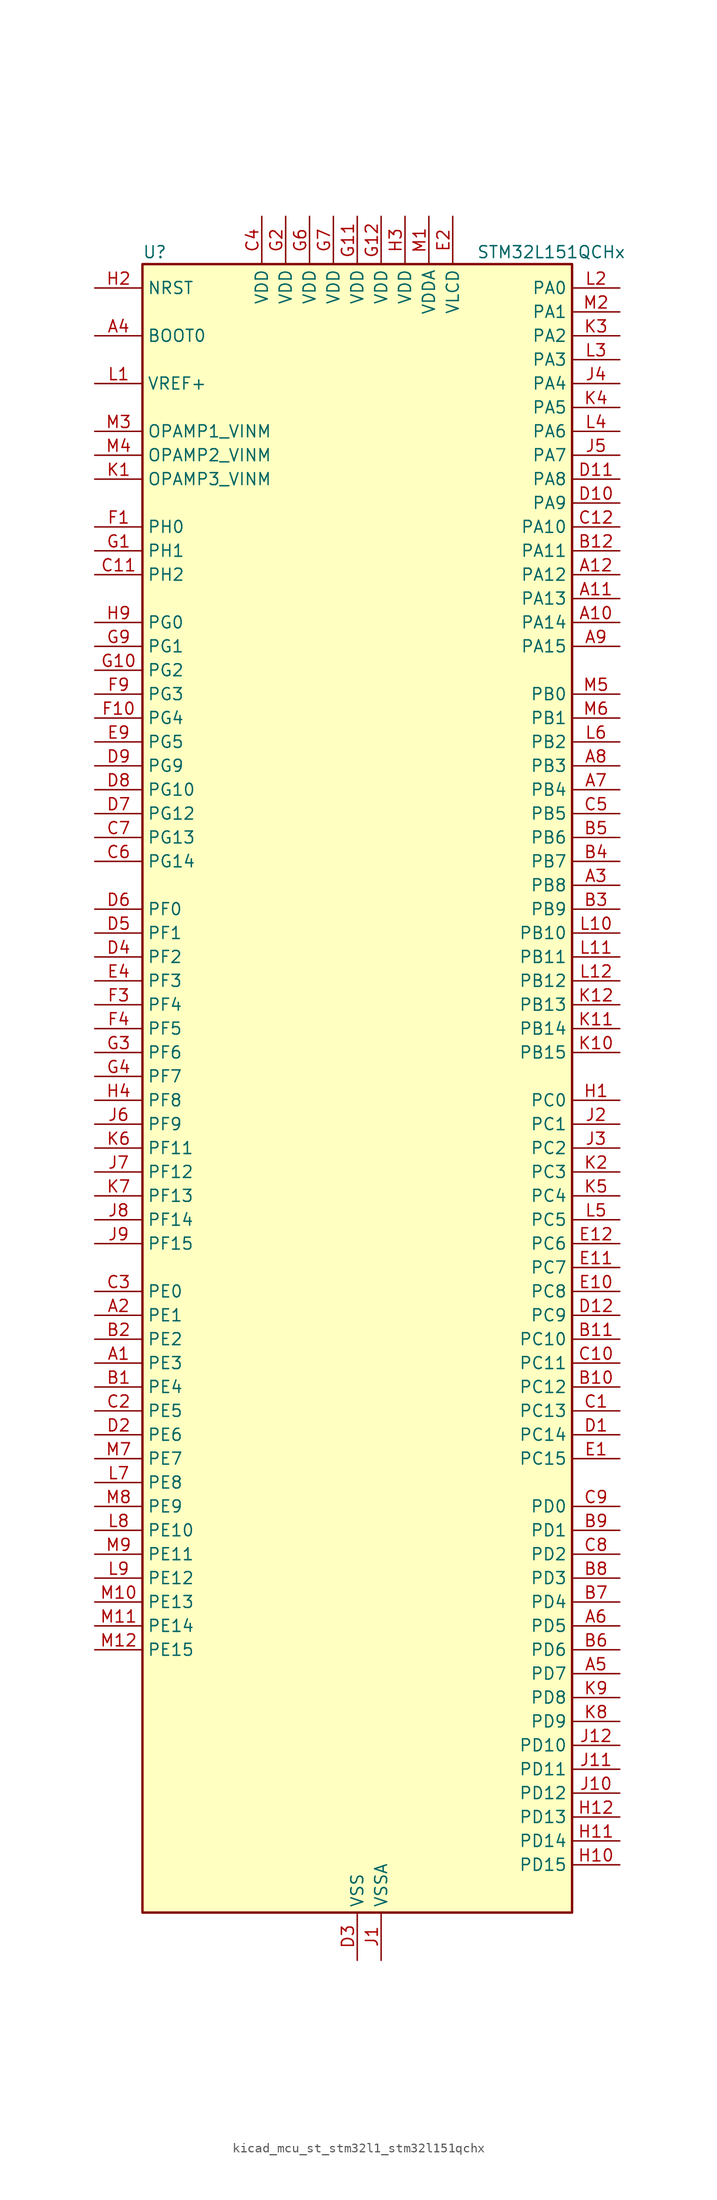
<source format=kicad_sym>
(kicad_symbol_lib
  (version 20220914)
  (generator kicad_symbol_editor)
  (symbol "kicad_mcu_st_stm32l1_stm32l151qchx"
    (property "Reference" "U"
      (at -22.86 90.17 0)
      (effects (font (size 1.27 1.27)) (justify left)))
    (property "Value" "STM32L151QCHx"
      (at 12.7 90.17 0)
      (effects (font (size 1.27 1.27)) (justify left)))
    (property "ki_locked" ""
      (at 0 0 0)
      (effects (font (size 1.27 1.27))))
    (symbol "kicad_mcu_st_stm32l1_stm32l151qchx_0_1"
      (rectangle (start -22.86 -86.36) (end 22.86 88.9) (stroke (width 0.254) (type default)) (fill (type background))))
    (symbol "kicad_mcu_st_stm32l1_stm32l151qchx_1_1"
      (pin bidirectional line (at -27.94 -27.94 0) (length 5.08) (name "PE3" (effects (font (size 1.27 1.27)))) (number "A1" (effects (font (size 1.27 1.27)))) (alternate "SYS_TRACED0" bidirectional line) (alternate "TIM3_CH1" bidirectional line) (alternate "TIMX_IC4" bidirectional line))
      (pin bidirectional line (at 27.94 50.8 180) (length 5.08) (name "PA14" (effects (font (size 1.27 1.27)))) (number "A10" (effects (font (size 1.27 1.27)))) (alternate "SYS_JTCK-SWCLK" bidirectional line) (alternate "TIMX_IC3" bidirectional line) (alternate "TS_G5_IO2" bidirectional line))
      (pin bidirectional line (at 27.94 53.34 180) (length 5.08) (name "PA13" (effects (font (size 1.27 1.27)))) (number "A11" (effects (font (size 1.27 1.27)))) (alternate "SYS_JTMS-SWDIO" bidirectional line) (alternate "TIMX_IC2" bidirectional line) (alternate "TS_G5_IO1" bidirectional line))
      (pin bidirectional line (at 27.94 55.88 180) (length 5.08) (name "PA12" (effects (font (size 1.27 1.27)))) (number "A12" (effects (font (size 1.27 1.27)))) (alternate "SPI1_MOSI" bidirectional line) (alternate "TIMX_IC1" bidirectional line) (alternate "USART1_RTS" bidirectional line) (alternate "USB_DP" bidirectional line))
      (pin bidirectional line (at -27.94 -22.86 0) (length 5.08) (name "PE1" (effects (font (size 1.27 1.27)))) (number "A2" (effects (font (size 1.27 1.27)))) (alternate "TIM11_CH1" bidirectional line) (alternate "TIMX_IC2" bidirectional line))
      (pin bidirectional line (at 27.94 22.86 180) (length 5.08) (name "PB8" (effects (font (size 1.27 1.27)))) (number "A3" (effects (font (size 1.27 1.27)))) (alternate "I2C1_SCL" bidirectional line) (alternate "TIM10_CH1" bidirectional line) (alternate "TIM4_CH3" bidirectional line))
      (pin input line (at -27.94 81.28 0) (length 5.08) (name "BOOT0" (effects (font (size 1.27 1.27)))) (number "A4" (effects (font (size 1.27 1.27)))))
      (pin bidirectional line (at 27.94 -60.96 180) (length 5.08) (name "PD7" (effects (font (size 1.27 1.27)))) (number "A5" (effects (font (size 1.27 1.27)))) (alternate "TIM9_CH2" bidirectional line) (alternate "TIMX_IC4" bidirectional line) (alternate "USART2_CK" bidirectional line))
      (pin bidirectional line (at 27.94 -55.88 180) (length 5.08) (name "PD5" (effects (font (size 1.27 1.27)))) (number "A6" (effects (font (size 1.27 1.27)))) (alternate "TIMX_IC2" bidirectional line) (alternate "USART2_TX" bidirectional line))
      (pin bidirectional line (at 27.94 33.02 180) (length 5.08) (name "PB4" (effects (font (size 1.27 1.27)))) (number "A7" (effects (font (size 1.27 1.27)))) (alternate "COMP2_INP" bidirectional line) (alternate "SPI1_MISO" bidirectional line) (alternate "SPI3_MISO" bidirectional line) (alternate "SYS_JTRST" bidirectional line) (alternate "TIM3_CH1" bidirectional line) (alternate "TS_G6_IO1" bidirectional line))
      (pin bidirectional line (at 27.94 35.56 180) (length 5.08) (name "PB3" (effects (font (size 1.27 1.27)))) (number "A8" (effects (font (size 1.27 1.27)))) (alternate "COMP2_INM" bidirectional line) (alternate "I2S3_CK" bidirectional line) (alternate "SPI1_SCK" bidirectional line) (alternate "SPI3_SCK" bidirectional line) (alternate "SYS_JTDO-TRACESWO" bidirectional line) (alternate "TIM2_CH2" bidirectional line))
      (pin bidirectional line (at 27.94 48.26 180) (length 5.08) (name "PA15" (effects (font (size 1.27 1.27)))) (number "A9" (effects (font (size 1.27 1.27)))) (alternate "ADC_EXTI15" bidirectional line) (alternate "I2S3_WS" bidirectional line) (alternate "SPI1_NSS" bidirectional line) (alternate "SPI3_NSS" bidirectional line) (alternate "SYS_JTDI" bidirectional line) (alternate "TIM2_CH1" bidirectional line) (alternate "TIM2_ETR" bidirectional line) (alternate "TIMX_IC4" bidirectional line) (alternate "TS_G5_IO3" bidirectional line))
      (pin bidirectional line (at -27.94 -30.48 0) (length 5.08) (name "PE4" (effects (font (size 1.27 1.27)))) (number "B1" (effects (font (size 1.27 1.27)))) (alternate "SYS_TRACED1" bidirectional line) (alternate "TIM3_CH2" bidirectional line) (alternate "TIMX_IC1" bidirectional line))
      (pin bidirectional line (at 27.94 -30.48 180) (length 5.08) (name "PC12" (effects (font (size 1.27 1.27)))) (number "B10" (effects (font (size 1.27 1.27)))) (alternate "I2S3_SD" bidirectional line) (alternate "SPI3_MOSI" bidirectional line) (alternate "TIMX_IC1" bidirectional line) (alternate "USART3_CK" bidirectional line))
      (pin bidirectional line (at 27.94 -25.4 180) (length 5.08) (name "PC10" (effects (font (size 1.27 1.27)))) (number "B11" (effects (font (size 1.27 1.27)))) (alternate "I2S3_CK" bidirectional line) (alternate "SPI3_SCK" bidirectional line) (alternate "TIMX_IC3" bidirectional line) (alternate "USART3_TX" bidirectional line))
      (pin bidirectional line (at 27.94 58.42 180) (length 5.08) (name "PA11" (effects (font (size 1.27 1.27)))) (number "B12" (effects (font (size 1.27 1.27)))) (alternate "ADC_EXTI11" bidirectional line) (alternate "SPI1_MISO" bidirectional line) (alternate "TIMX_IC4" bidirectional line) (alternate "USART1_CTS" bidirectional line) (alternate "USB_DM" bidirectional line))
      (pin bidirectional line (at -27.94 -25.4 0) (length 5.08) (name "PE2" (effects (font (size 1.27 1.27)))) (number "B2" (effects (font (size 1.27 1.27)))) (alternate "SYS_TRACECK" bidirectional line) (alternate "TIM3_ETR" bidirectional line) (alternate "TIMX_IC3" bidirectional line))
      (pin bidirectional line (at 27.94 20.32 180) (length 5.08) (name "PB9" (effects (font (size 1.27 1.27)))) (number "B3" (effects (font (size 1.27 1.27)))) (alternate "DAC_EXTI9" bidirectional line) (alternate "I2C1_SDA" bidirectional line) (alternate "TIM11_CH1" bidirectional line) (alternate "TIM4_CH4" bidirectional line))
      (pin bidirectional line (at 27.94 25.4 180) (length 5.08) (name "PB7" (effects (font (size 1.27 1.27)))) (number "B4" (effects (font (size 1.27 1.27)))) (alternate "COMP2_INP" bidirectional line) (alternate "I2C1_SDA" bidirectional line) (alternate "SYS_PVD_IN" bidirectional line) (alternate "TIM4_CH2" bidirectional line) (alternate "TS_G6_IO4" bidirectional line) (alternate "USART1_RX" bidirectional line))
      (pin bidirectional line (at 27.94 27.94 180) (length 5.08) (name "PB6" (effects (font (size 1.27 1.27)))) (number "B5" (effects (font (size 1.27 1.27)))) (alternate "COMP2_INP" bidirectional line) (alternate "I2C1_SCL" bidirectional line) (alternate "TIM4_CH1" bidirectional line) (alternate "TS_G6_IO3" bidirectional line) (alternate "USART1_TX" bidirectional line))
      (pin bidirectional line (at 27.94 -58.42 180) (length 5.08) (name "PD6" (effects (font (size 1.27 1.27)))) (number "B6" (effects (font (size 1.27 1.27)))) (alternate "TIMX_IC3" bidirectional line) (alternate "USART2_RX" bidirectional line))
      (pin bidirectional line (at 27.94 -53.34 180) (length 5.08) (name "PD4" (effects (font (size 1.27 1.27)))) (number "B7" (effects (font (size 1.27 1.27)))) (alternate "I2S2_SD" bidirectional line) (alternate "SPI2_MOSI" bidirectional line) (alternate "TIMX_IC1" bidirectional line) (alternate "USART2_RTS" bidirectional line))
      (pin bidirectional line (at 27.94 -50.8 180) (length 5.08) (name "PD3" (effects (font (size 1.27 1.27)))) (number "B8" (effects (font (size 1.27 1.27)))) (alternate "SPI2_MISO" bidirectional line) (alternate "TIMX_IC4" bidirectional line) (alternate "USART2_CTS" bidirectional line))
      (pin bidirectional line (at 27.94 -45.72 180) (length 5.08) (name "PD1" (effects (font (size 1.27 1.27)))) (number "B9" (effects (font (size 1.27 1.27)))) (alternate "I2S2_CK" bidirectional line) (alternate "SPI2_SCK" bidirectional line) (alternate "TIMX_IC2" bidirectional line))
      (pin bidirectional line (at 27.94 -33.02 180) (length 5.08) (name "PC13" (effects (font (size 1.27 1.27)))) (number "C1" (effects (font (size 1.27 1.27)))) (alternate "RTC_OUT_ALARM" bidirectional line) (alternate "RTC_OUT_CALIB" bidirectional line) (alternate "RTC_TAMP1" bidirectional line) (alternate "RTC_TS" bidirectional line) (alternate "SYS_WKUP2" bidirectional line) (alternate "TIMX_IC2" bidirectional line))
      (pin bidirectional line (at 27.94 -27.94 180) (length 5.08) (name "PC11" (effects (font (size 1.27 1.27)))) (number "C10" (effects (font (size 1.27 1.27)))) (alternate "ADC_EXTI11" bidirectional line) (alternate "SPI3_MISO" bidirectional line) (alternate "TIMX_IC4" bidirectional line) (alternate "USART3_RX" bidirectional line))
      (pin bidirectional line (at -27.94 55.88 0) (length 5.08) (name "PH2" (effects (font (size 1.27 1.27)))) (number "C11" (effects (font (size 1.27 1.27)))))
      (pin bidirectional line (at 27.94 60.96 180) (length 5.08) (name "PA10" (effects (font (size 1.27 1.27)))) (number "C12" (effects (font (size 1.27 1.27)))) (alternate "TIMX_IC3" bidirectional line) (alternate "TS_G4_IO3" bidirectional line) (alternate "USART1_RX" bidirectional line))
      (pin bidirectional line (at -27.94 -33.02 0) (length 5.08) (name "PE5" (effects (font (size 1.27 1.27)))) (number "C2" (effects (font (size 1.27 1.27)))) (alternate "SYS_TRACED2" bidirectional line) (alternate "TIM9_CH1" bidirectional line) (alternate "TIMX_IC2" bidirectional line))
      (pin bidirectional line (at -27.94 -20.32 0) (length 5.08) (name "PE0" (effects (font (size 1.27 1.27)))) (number "C3" (effects (font (size 1.27 1.27)))) (alternate "TIM10_CH1" bidirectional line) (alternate "TIM4_ETR" bidirectional line) (alternate "TIMX_IC1" bidirectional line))
      (pin power_in line (at -10.16 93.98 270) (length 5.08) (name "VDD" (effects (font (size 1.27 1.27)))) (number "C4" (effects (font (size 1.27 1.27)))))
      (pin bidirectional line (at 27.94 30.48 180) (length 5.08) (name "PB5" (effects (font (size 1.27 1.27)))) (number "C5" (effects (font (size 1.27 1.27)))) (alternate "COMP2_INP" bidirectional line) (alternate "I2C1_SMBA" bidirectional line) (alternate "I2S3_SD" bidirectional line) (alternate "SPI1_MOSI" bidirectional line) (alternate "SPI3_MOSI" bidirectional line) (alternate "TIM3_CH2" bidirectional line) (alternate "TS_G6_IO2" bidirectional line))
      (pin bidirectional line (at -27.94 25.4 0) (length 5.08) (name "PG14" (effects (font (size 1.27 1.27)))) (number "C6" (effects (font (size 1.27 1.27)))))
      (pin bidirectional line (at -27.94 27.94 0) (length 5.08) (name "PG13" (effects (font (size 1.27 1.27)))) (number "C7" (effects (font (size 1.27 1.27)))))
      (pin bidirectional line (at 27.94 -48.26 180) (length 5.08) (name "PD2" (effects (font (size 1.27 1.27)))) (number "C8" (effects (font (size 1.27 1.27)))) (alternate "TIM3_ETR" bidirectional line) (alternate "TIMX_IC3" bidirectional line))
      (pin bidirectional line (at 27.94 -43.18 180) (length 5.08) (name "PD0" (effects (font (size 1.27 1.27)))) (number "C9" (effects (font (size 1.27 1.27)))) (alternate "I2S2_WS" bidirectional line) (alternate "SPI2_NSS" bidirectional line) (alternate "TIM9_CH1" bidirectional line) (alternate "TIMX_IC1" bidirectional line))
      (pin bidirectional line (at 27.94 -35.56 180) (length 5.08) (name "PC14" (effects (font (size 1.27 1.27)))) (number "D1" (effects (font (size 1.27 1.27)))) (alternate "RCC_OSC32_IN" bidirectional line) (alternate "TIMX_IC3" bidirectional line))
      (pin bidirectional line (at 27.94 63.5 180) (length 5.08) (name "PA9" (effects (font (size 1.27 1.27)))) (number "D10" (effects (font (size 1.27 1.27)))) (alternate "DAC_EXTI9" bidirectional line) (alternate "TIMX_IC2" bidirectional line) (alternate "TS_G4_IO2" bidirectional line) (alternate "USART1_TX" bidirectional line))
      (pin bidirectional line (at 27.94 66.04 180) (length 5.08) (name "PA8" (effects (font (size 1.27 1.27)))) (number "D11" (effects (font (size 1.27 1.27)))) (alternate "RCC_MCO" bidirectional line) (alternate "TIMX_IC1" bidirectional line) (alternate "TS_G4_IO1" bidirectional line) (alternate "USART1_CK" bidirectional line))
      (pin bidirectional line (at 27.94 -22.86 180) (length 5.08) (name "PC9" (effects (font (size 1.27 1.27)))) (number "D12" (effects (font (size 1.27 1.27)))) (alternate "DAC_EXTI9" bidirectional line) (alternate "TIM3_CH4" bidirectional line) (alternate "TIMX_IC2" bidirectional line) (alternate "TS_G10_IO4" bidirectional line))
      (pin bidirectional line (at -27.94 -35.56 0) (length 5.08) (name "PE6" (effects (font (size 1.27 1.27)))) (number "D2" (effects (font (size 1.27 1.27)))) (alternate "RTC_TAMP3" bidirectional line) (alternate "SYS_TRACED3" bidirectional line) (alternate "SYS_WKUP3" bidirectional line) (alternate "TIM9_CH2" bidirectional line) (alternate "TIMX_IC3" bidirectional line))
      (pin power_in line (at 0 -91.44 90) (length 5.08) (name "VSS" (effects (font (size 1.27 1.27)))) (number "D3" (effects (font (size 1.27 1.27)))))
      (pin bidirectional line (at -27.94 15.24 0) (length 5.08) (name "PF2" (effects (font (size 1.27 1.27)))) (number "D4" (effects (font (size 1.27 1.27)))))
      (pin bidirectional line (at -27.94 17.78 0) (length 5.08) (name "PF1" (effects (font (size 1.27 1.27)))) (number "D5" (effects (font (size 1.27 1.27)))))
      (pin bidirectional line (at -27.94 20.32 0) (length 5.08) (name "PF0" (effects (font (size 1.27 1.27)))) (number "D6" (effects (font (size 1.27 1.27)))))
      (pin bidirectional line (at -27.94 30.48 0) (length 5.08) (name "PG12" (effects (font (size 1.27 1.27)))) (number "D7" (effects (font (size 1.27 1.27)))))
      (pin bidirectional line (at -27.94 33.02 0) (length 5.08) (name "PG10" (effects (font (size 1.27 1.27)))) (number "D8" (effects (font (size 1.27 1.27)))))
      (pin bidirectional line (at -27.94 35.56 0) (length 5.08) (name "PG9" (effects (font (size 1.27 1.27)))) (number "D9" (effects (font (size 1.27 1.27)))) (alternate "DAC_EXTI9" bidirectional line))
      (pin bidirectional line (at 27.94 -38.1 180) (length 5.08) (name "PC15" (effects (font (size 1.27 1.27)))) (number "E1" (effects (font (size 1.27 1.27)))) (alternate "ADC_EXTI15" bidirectional line) (alternate "RCC_OSC32_OUT" bidirectional line) (alternate "TIMX_IC4" bidirectional line))
      (pin bidirectional line (at 27.94 -20.32 180) (length 5.08) (name "PC8" (effects (font (size 1.27 1.27)))) (number "E10" (effects (font (size 1.27 1.27)))) (alternate "TIM3_CH3" bidirectional line) (alternate "TIMX_IC1" bidirectional line) (alternate "TS_G10_IO3" bidirectional line))
      (pin bidirectional line (at 27.94 -17.78 180) (length 5.08) (name "PC7" (effects (font (size 1.27 1.27)))) (number "E11" (effects (font (size 1.27 1.27)))) (alternate "I2S3_MCK" bidirectional line) (alternate "TIM3_CH2" bidirectional line) (alternate "TIMX_IC4" bidirectional line) (alternate "TS_G10_IO2" bidirectional line))
      (pin bidirectional line (at 27.94 -15.24 180) (length 5.08) (name "PC6" (effects (font (size 1.27 1.27)))) (number "E12" (effects (font (size 1.27 1.27)))) (alternate "I2S2_MCK" bidirectional line) (alternate "TIM3_CH1" bidirectional line) (alternate "TIMX_IC3" bidirectional line) (alternate "TS_G10_IO1" bidirectional line))
      (pin power_in line (at 10.16 93.98 270) (length 5.08) (name "VLCD" (effects (font (size 1.27 1.27)))) (number "E2" (effects (font (size 1.27 1.27)))))
      (pin passive line (at 0 -91.44 90) (length 5.08) hide (name "VSS" (effects (font (size 1.27 1.27)))) (number "E3" (effects (font (size 1.27 1.27)))))
      (pin bidirectional line (at -27.94 12.7 0) (length 5.08) (name "PF3" (effects (font (size 1.27 1.27)))) (number "E4" (effects (font (size 1.27 1.27)))))
      (pin bidirectional line (at -27.94 38.1 0) (length 5.08) (name "PG5" (effects (font (size 1.27 1.27)))) (number "E9" (effects (font (size 1.27 1.27)))))
      (pin bidirectional line (at -27.94 60.96 0) (length 5.08) (name "PH0" (effects (font (size 1.27 1.27)))) (number "F1" (effects (font (size 1.27 1.27)))) (alternate "RCC_OSC_IN" bidirectional line))
      (pin bidirectional line (at -27.94 40.64 0) (length 5.08) (name "PG4" (effects (font (size 1.27 1.27)))) (number "F10" (effects (font (size 1.27 1.27)))) (alternate "ADC_IN12b" bidirectional line) (alternate "TS_G7_IO7" bidirectional line))
      (pin passive line (at 0 -91.44 90) (length 5.08) hide (name "VSS" (effects (font (size 1.27 1.27)))) (number "F11" (effects (font (size 1.27 1.27)))))
      (pin passive line (at 0 -91.44 90) (length 5.08) hide (name "VSS" (effects (font (size 1.27 1.27)))) (number "F12" (effects (font (size 1.27 1.27)))))
      (pin passive line (at 0 -91.44 90) (length 5.08) hide (name "VSS" (effects (font (size 1.27 1.27)))) (number "F2" (effects (font (size 1.27 1.27)))))
      (pin bidirectional line (at -27.94 10.16 0) (length 5.08) (name "PF4" (effects (font (size 1.27 1.27)))) (number "F3" (effects (font (size 1.27 1.27)))))
      (pin bidirectional line (at -27.94 7.62 0) (length 5.08) (name "PF5" (effects (font (size 1.27 1.27)))) (number "F4" (effects (font (size 1.27 1.27)))))
      (pin passive line (at 0 -91.44 90) (length 5.08) hide (name "VSS" (effects (font (size 1.27 1.27)))) (number "F6" (effects (font (size 1.27 1.27)))))
      (pin passive line (at 0 -91.44 90) (length 5.08) hide (name "VSS" (effects (font (size 1.27 1.27)))) (number "F7" (effects (font (size 1.27 1.27)))))
      (pin bidirectional line (at -27.94 43.18 0) (length 5.08) (name "PG3" (effects (font (size 1.27 1.27)))) (number "F9" (effects (font (size 1.27 1.27)))) (alternate "ADC_IN11b" bidirectional line) (alternate "TS_G7_IO6" bidirectional line))
      (pin bidirectional line (at -27.94 58.42 0) (length 5.08) (name "PH1" (effects (font (size 1.27 1.27)))) (number "G1" (effects (font (size 1.27 1.27)))) (alternate "RCC_OSC_OUT" bidirectional line))
      (pin bidirectional line (at -27.94 45.72 0) (length 5.08) (name "PG2" (effects (font (size 1.27 1.27)))) (number "G10" (effects (font (size 1.27 1.27)))) (alternate "ADC_IN10b" bidirectional line) (alternate "TS_G7_IO5" bidirectional line))
      (pin power_in line (at 0 93.98 270) (length 5.08) (name "VDD" (effects (font (size 1.27 1.27)))) (number "G11" (effects (font (size 1.27 1.27)))))
      (pin power_in line (at 2.54 93.98 270) (length 5.08) (name "VDD" (effects (font (size 1.27 1.27)))) (number "G12" (effects (font (size 1.27 1.27)))))
      (pin power_in line (at -7.62 93.98 270) (length 5.08) (name "VDD" (effects (font (size 1.27 1.27)))) (number "G2" (effects (font (size 1.27 1.27)))))
      (pin bidirectional line (at -27.94 5.08 0) (length 5.08) (name "PF6" (effects (font (size 1.27 1.27)))) (number "G3" (effects (font (size 1.27 1.27)))) (alternate "ADC_IN27" bidirectional line) (alternate "TIM5_CH1" bidirectional line) (alternate "TIM5_ETR" bidirectional line) (alternate "TS_G11_IO1" bidirectional line))
      (pin bidirectional line (at -27.94 2.54 0) (length 5.08) (name "PF7" (effects (font (size 1.27 1.27)))) (number "G4" (effects (font (size 1.27 1.27)))) (alternate "ADC_IN28" bidirectional line) (alternate "COMP1_INP" bidirectional line) (alternate "TIM5_CH2" bidirectional line) (alternate "TS_G11_IO2" bidirectional line))
      (pin power_in line (at -5.08 93.98 270) (length 5.08) (name "VDD" (effects (font (size 1.27 1.27)))) (number "G6" (effects (font (size 1.27 1.27)))))
      (pin power_in line (at -2.54 93.98 270) (length 5.08) (name "VDD" (effects (font (size 1.27 1.27)))) (number "G7" (effects (font (size 1.27 1.27)))))
      (pin bidirectional line (at -27.94 48.26 0) (length 5.08) (name "PG1" (effects (font (size 1.27 1.27)))) (number "G9" (effects (font (size 1.27 1.27)))) (alternate "ADC_IN9b" bidirectional line) (alternate "TS_G2_IO5" bidirectional line))
      (pin bidirectional line (at 27.94 0 180) (length 5.08) (name "PC0" (effects (font (size 1.27 1.27)))) (number "H1" (effects (font (size 1.27 1.27)))) (alternate "ADC_IN10" bidirectional line) (alternate "COMP1_INP" bidirectional line) (alternate "TIMX_IC1" bidirectional line) (alternate "TS_G8_IO1" bidirectional line))
      (pin bidirectional line (at 27.94 -81.28 180) (length 5.08) (name "PD15" (effects (font (size 1.27 1.27)))) (number "H10" (effects (font (size 1.27 1.27)))) (alternate "ADC_EXTI15" bidirectional line) (alternate "TIM4_CH4" bidirectional line) (alternate "TIMX_IC4" bidirectional line))
      (pin bidirectional line (at 27.94 -78.74 180) (length 5.08) (name "PD14" (effects (font (size 1.27 1.27)))) (number "H11" (effects (font (size 1.27 1.27)))) (alternate "TIM4_CH3" bidirectional line) (alternate "TIMX_IC3" bidirectional line))
      (pin bidirectional line (at 27.94 -76.2 180) (length 5.08) (name "PD13" (effects (font (size 1.27 1.27)))) (number "H12" (effects (font (size 1.27 1.27)))) (alternate "TIM4_CH2" bidirectional line) (alternate "TIMX_IC2" bidirectional line))
      (pin input line (at -27.94 86.36 0) (length 5.08) (name "NRST" (effects (font (size 1.27 1.27)))) (number "H2" (effects (font (size 1.27 1.27)))))
      (pin power_in line (at 5.08 93.98 270) (length 5.08) (name "VDD" (effects (font (size 1.27 1.27)))) (number "H3" (effects (font (size 1.27 1.27)))))
      (pin bidirectional line (at -27.94 0 0) (length 5.08) (name "PF8" (effects (font (size 1.27 1.27)))) (number "H4" (effects (font (size 1.27 1.27)))) (alternate "ADC_IN29" bidirectional line) (alternate "COMP1_INP" bidirectional line) (alternate "TIM5_CH3" bidirectional line) (alternate "TS_G11_IO3" bidirectional line))
      (pin bidirectional line (at -27.94 50.8 0) (length 5.08) (name "PG0" (effects (font (size 1.27 1.27)))) (number "H9" (effects (font (size 1.27 1.27)))) (alternate "ADC_IN8b" bidirectional line) (alternate "TS_G2_IO4" bidirectional line))
      (pin power_in line (at 2.54 -91.44 90) (length 5.08) (name "VSSA" (effects (font (size 1.27 1.27)))) (number "J1" (effects (font (size 1.27 1.27)))))
      (pin bidirectional line (at 27.94 -73.66 180) (length 5.08) (name "PD12" (effects (font (size 1.27 1.27)))) (number "J10" (effects (font (size 1.27 1.27)))) (alternate "TIM4_CH1" bidirectional line) (alternate "TIMX_IC1" bidirectional line) (alternate "USART3_RTS" bidirectional line))
      (pin bidirectional line (at 27.94 -71.12 180) (length 5.08) (name "PD11" (effects (font (size 1.27 1.27)))) (number "J11" (effects (font (size 1.27 1.27)))) (alternate "ADC_EXTI11" bidirectional line) (alternate "TIMX_IC4" bidirectional line) (alternate "USART3_CTS" bidirectional line))
      (pin bidirectional line (at 27.94 -68.58 180) (length 5.08) (name "PD10" (effects (font (size 1.27 1.27)))) (number "J12" (effects (font (size 1.27 1.27)))) (alternate "TIMX_IC3" bidirectional line) (alternate "USART3_CK" bidirectional line))
      (pin bidirectional line (at 27.94 -2.54 180) (length 5.08) (name "PC1" (effects (font (size 1.27 1.27)))) (number "J2" (effects (font (size 1.27 1.27)))) (alternate "ADC_IN11" bidirectional line) (alternate "COMP1_INP" bidirectional line) (alternate "TIMX_IC2" bidirectional line) (alternate "TS_G8_IO2" bidirectional line))
      (pin bidirectional line (at 27.94 -5.08 180) (length 5.08) (name "PC2" (effects (font (size 1.27 1.27)))) (number "J3" (effects (font (size 1.27 1.27)))) (alternate "ADC_IN12" bidirectional line) (alternate "COMP1_INP" bidirectional line) (alternate "TIMX_IC3" bidirectional line) (alternate "TS_G8_IO3" bidirectional line))
      (pin bidirectional line (at 27.94 76.2 180) (length 5.08) (name "PA4" (effects (font (size 1.27 1.27)))) (number "J4" (effects (font (size 1.27 1.27)))) (alternate "ADC_IN4" bidirectional line) (alternate "COMP1_INP" bidirectional line) (alternate "DAC_OUT1" bidirectional line) (alternate "I2S3_WS" bidirectional line) (alternate "SPI1_NSS" bidirectional line) (alternate "SPI3_NSS" bidirectional line) (alternate "TIMX_IC1" bidirectional line) (alternate "USART2_CK" bidirectional line))
      (pin bidirectional line (at 27.94 68.58 180) (length 5.08) (name "PA7" (effects (font (size 1.27 1.27)))) (number "J5" (effects (font (size 1.27 1.27)))) (alternate "ADC_IN7" bidirectional line) (alternate "COMP1_INP" bidirectional line) (alternate "SPI1_MOSI" bidirectional line) (alternate "TIM11_CH1" bidirectional line) (alternate "TIM3_CH2" bidirectional line) (alternate "TIMX_IC4" bidirectional line) (alternate "TS_G2_IO2" bidirectional line))
      (pin bidirectional line (at -27.94 -2.54 0) (length 5.08) (name "PF9" (effects (font (size 1.27 1.27)))) (number "J6" (effects (font (size 1.27 1.27)))) (alternate "ADC_IN30" bidirectional line) (alternate "COMP1_INP" bidirectional line) (alternate "DAC_EXTI9" bidirectional line) (alternate "TIM5_CH4" bidirectional line) (alternate "TS_G11_IO4" bidirectional line))
      (pin bidirectional line (at -27.94 -7.62 0) (length 5.08) (name "PF12" (effects (font (size 1.27 1.27)))) (number "J7" (effects (font (size 1.27 1.27)))) (alternate "ADC_IN2b" bidirectional line) (alternate "TS_G3_IO5" bidirectional line))
      (pin bidirectional line (at -27.94 -12.7 0) (length 5.08) (name "PF14" (effects (font (size 1.27 1.27)))) (number "J8" (effects (font (size 1.27 1.27)))) (alternate "ADC_IN6b" bidirectional line) (alternate "TS_G9_IO4" bidirectional line))
      (pin bidirectional line (at -27.94 -15.24 0) (length 5.08) (name "PF15" (effects (font (size 1.27 1.27)))) (number "J9" (effects (font (size 1.27 1.27)))) (alternate "ADC_EXTI15" bidirectional line) (alternate "ADC_IN7b" bidirectional line) (alternate "TS_G2_IO3" bidirectional line))
      (pin input line (at -27.94 66.04 0) (length 5.08) (name "OPAMP3_VINM" (effects (font (size 1.27 1.27)))) (number "K1" (effects (font (size 1.27 1.27)))))
      (pin bidirectional line (at 27.94 5.08 180) (length 5.08) (name "PB15" (effects (font (size 1.27 1.27)))) (number "K10" (effects (font (size 1.27 1.27)))) (alternate "ADC_EXTI15" bidirectional line) (alternate "ADC_IN21" bidirectional line) (alternate "COMP1_INP" bidirectional line) (alternate "I2S2_SD" bidirectional line) (alternate "RTC_REFIN" bidirectional line) (alternate "SPI2_MOSI" bidirectional line) (alternate "TIM11_CH1" bidirectional line) (alternate "TS_G7_IO4" bidirectional line))
      (pin bidirectional line (at 27.94 7.62 180) (length 5.08) (name "PB14" (effects (font (size 1.27 1.27)))) (number "K11" (effects (font (size 1.27 1.27)))) (alternate "ADC_IN20" bidirectional line) (alternate "COMP1_INP" bidirectional line) (alternate "SPI2_MISO" bidirectional line) (alternate "TIM9_CH2" bidirectional line) (alternate "TS_G7_IO3" bidirectional line) (alternate "USART3_RTS" bidirectional line))
      (pin bidirectional line (at 27.94 10.16 180) (length 5.08) (name "PB13" (effects (font (size 1.27 1.27)))) (number "K12" (effects (font (size 1.27 1.27)))) (alternate "ADC_IN19" bidirectional line) (alternate "COMP1_INP" bidirectional line) (alternate "I2S2_CK" bidirectional line) (alternate "SPI2_SCK" bidirectional line) (alternate "TIM9_CH1" bidirectional line) (alternate "TS_G7_IO2" bidirectional line) (alternate "USART3_CTS" bidirectional line))
      (pin bidirectional line (at 27.94 -7.62 180) (length 5.08) (name "PC3" (effects (font (size 1.27 1.27)))) (number "K2" (effects (font (size 1.27 1.27)))) (alternate "ADC_IN13" bidirectional line) (alternate "COMP1_INP" bidirectional line) (alternate "TIMX_IC4" bidirectional line) (alternate "TS_G8_IO4" bidirectional line))
      (pin bidirectional line (at 27.94 81.28 180) (length 5.08) (name "PA2" (effects (font (size 1.27 1.27)))) (number "K3" (effects (font (size 1.27 1.27)))) (alternate "ADC_IN2" bidirectional line) (alternate "COMP1_INP" bidirectional line) (alternate "TIM2_CH3" bidirectional line) (alternate "TIM5_CH3" bidirectional line) (alternate "TIM9_CH1" bidirectional line) (alternate "TIMX_IC3" bidirectional line) (alternate "TS_G1_IO3" bidirectional line) (alternate "USART2_TX" bidirectional line))
      (pin bidirectional line (at 27.94 73.66 180) (length 5.08) (name "PA5" (effects (font (size 1.27 1.27)))) (number "K4" (effects (font (size 1.27 1.27)))) (alternate "ADC_IN5" bidirectional line) (alternate "COMP1_INP" bidirectional line) (alternate "DAC_OUT2" bidirectional line) (alternate "SPI1_SCK" bidirectional line) (alternate "TIM2_CH1" bidirectional line) (alternate "TIM2_ETR" bidirectional line) (alternate "TIMX_IC2" bidirectional line))
      (pin bidirectional line (at 27.94 -10.16 180) (length 5.08) (name "PC4" (effects (font (size 1.27 1.27)))) (number "K5" (effects (font (size 1.27 1.27)))) (alternate "ADC_IN14" bidirectional line) (alternate "COMP1_INP" bidirectional line) (alternate "TIMX_IC1" bidirectional line) (alternate "TS_G9_IO1" bidirectional line))
      (pin bidirectional line (at -27.94 -5.08 0) (length 5.08) (name "PF11" (effects (font (size 1.27 1.27)))) (number "K6" (effects (font (size 1.27 1.27)))) (alternate "ADC_EXTI11" bidirectional line) (alternate "ADC_IN1b" bidirectional line) (alternate "TS_G3_IO4" bidirectional line))
      (pin bidirectional line (at -27.94 -10.16 0) (length 5.08) (name "PF13" (effects (font (size 1.27 1.27)))) (number "K7" (effects (font (size 1.27 1.27)))) (alternate "ADC_IN3b" bidirectional line) (alternate "TS_G9_IO3" bidirectional line))
      (pin bidirectional line (at 27.94 -66.04 180) (length 5.08) (name "PD9" (effects (font (size 1.27 1.27)))) (number "K8" (effects (font (size 1.27 1.27)))) (alternate "DAC_EXTI9" bidirectional line) (alternate "TIMX_IC2" bidirectional line) (alternate "USART3_RX" bidirectional line))
      (pin bidirectional line (at 27.94 -63.5 180) (length 5.08) (name "PD8" (effects (font (size 1.27 1.27)))) (number "K9" (effects (font (size 1.27 1.27)))) (alternate "TIMX_IC1" bidirectional line) (alternate "USART3_TX" bidirectional line))
      (pin input line (at -27.94 76.2 0) (length 5.08) (name "VREF+" (effects (font (size 1.27 1.27)))) (number "L1" (effects (font (size 1.27 1.27)))))
      (pin bidirectional line (at 27.94 17.78 180) (length 5.08) (name "PB10" (effects (font (size 1.27 1.27)))) (number "L10" (effects (font (size 1.27 1.27)))) (alternate "I2C2_SCL" bidirectional line) (alternate "TIM2_CH3" bidirectional line) (alternate "USART3_TX" bidirectional line))
      (pin bidirectional line (at 27.94 15.24 180) (length 5.08) (name "PB11" (effects (font (size 1.27 1.27)))) (number "L11" (effects (font (size 1.27 1.27)))) (alternate "ADC_EXTI11" bidirectional line) (alternate "I2C2_SDA" bidirectional line) (alternate "TIM2_CH4" bidirectional line) (alternate "USART3_RX" bidirectional line))
      (pin bidirectional line (at 27.94 12.7 180) (length 5.08) (name "PB12" (effects (font (size 1.27 1.27)))) (number "L12" (effects (font (size 1.27 1.27)))) (alternate "ADC_IN18" bidirectional line) (alternate "COMP1_INP" bidirectional line) (alternate "I2C2_SMBA" bidirectional line) (alternate "I2S2_WS" bidirectional line) (alternate "SPI2_NSS" bidirectional line) (alternate "TIM10_CH1" bidirectional line) (alternate "TS_G7_IO1" bidirectional line) (alternate "USART3_CK" bidirectional line))
      (pin bidirectional line (at 27.94 86.36 180) (length 5.08) (name "PA0" (effects (font (size 1.27 1.27)))) (number "L2" (effects (font (size 1.27 1.27)))) (alternate "ADC_IN0" bidirectional line) (alternate "COMP1_INP" bidirectional line) (alternate "RTC_TAMP2" bidirectional line) (alternate "SYS_WKUP1" bidirectional line) (alternate "TIM2_CH1" bidirectional line) (alternate "TIM2_ETR" bidirectional line) (alternate "TIM5_CH1" bidirectional line) (alternate "TIMX_IC1" bidirectional line) (alternate "TS_G1_IO1" bidirectional line) (alternate "USART2_CTS" bidirectional line))
      (pin bidirectional line (at 27.94 78.74 180) (length 5.08) (name "PA3" (effects (font (size 1.27 1.27)))) (number "L3" (effects (font (size 1.27 1.27)))) (alternate "ADC_IN3" bidirectional line) (alternate "COMP1_INP" bidirectional line) (alternate "OPAMP1_VOUT" bidirectional line) (alternate "TIM2_CH4" bidirectional line) (alternate "TIM5_CH4" bidirectional line) (alternate "TIM9_CH2" bidirectional line) (alternate "TIMX_IC4" bidirectional line) (alternate "TS_G1_IO4" bidirectional line) (alternate "USART2_RX" bidirectional line))
      (pin bidirectional line (at 27.94 71.12 180) (length 5.08) (name "PA6" (effects (font (size 1.27 1.27)))) (number "L4" (effects (font (size 1.27 1.27)))) (alternate "ADC_IN6" bidirectional line) (alternate "COMP1_INP" bidirectional line) (alternate "OPAMP2_VINP" bidirectional line) (alternate "SPI1_MISO" bidirectional line) (alternate "TIM10_CH1" bidirectional line) (alternate "TIM3_CH1" bidirectional line) (alternate "TIMX_IC3" bidirectional line) (alternate "TS_G2_IO1" bidirectional line))
      (pin bidirectional line (at 27.94 -12.7 180) (length 5.08) (name "PC5" (effects (font (size 1.27 1.27)))) (number "L5" (effects (font (size 1.27 1.27)))) (alternate "ADC_IN15" bidirectional line) (alternate "COMP1_INP" bidirectional line) (alternate "TIMX_IC2" bidirectional line) (alternate "TS_G9_IO2" bidirectional line))
      (pin bidirectional line (at 27.94 38.1 180) (length 5.08) (name "PB2" (effects (font (size 1.27 1.27)))) (number "L6" (effects (font (size 1.27 1.27)))) (alternate "ADC_IN0b" bidirectional line) (alternate "TS_G3_IO3" bidirectional line))
      (pin bidirectional line (at -27.94 -40.64 0) (length 5.08) (name "PE8" (effects (font (size 1.27 1.27)))) (number "L7" (effects (font (size 1.27 1.27)))) (alternate "ADC_IN23" bidirectional line) (alternate "COMP1_INP" bidirectional line) (alternate "TIMX_IC1" bidirectional line))
      (pin bidirectional line (at -27.94 -45.72 0) (length 5.08) (name "PE10" (effects (font (size 1.27 1.27)))) (number "L8" (effects (font (size 1.27 1.27)))) (alternate "ADC_IN25" bidirectional line) (alternate "COMP1_INP" bidirectional line) (alternate "TIM2_CH2" bidirectional line) (alternate "TIMX_IC3" bidirectional line))
      (pin bidirectional line (at -27.94 -50.8 0) (length 5.08) (name "PE12" (effects (font (size 1.27 1.27)))) (number "L9" (effects (font (size 1.27 1.27)))) (alternate "SPI1_NSS" bidirectional line) (alternate "TIM2_CH4" bidirectional line) (alternate "TIMX_IC1" bidirectional line))
      (pin power_in line (at 7.62 93.98 270) (length 5.08) (name "VDDA" (effects (font (size 1.27 1.27)))) (number "M1" (effects (font (size 1.27 1.27)))))
      (pin bidirectional line (at -27.94 -53.34 0) (length 5.08) (name "PE13" (effects (font (size 1.27 1.27)))) (number "M10" (effects (font (size 1.27 1.27)))) (alternate "SPI1_SCK" bidirectional line) (alternate "TIMX_IC2" bidirectional line))
      (pin bidirectional line (at -27.94 -55.88 0) (length 5.08) (name "PE14" (effects (font (size 1.27 1.27)))) (number "M11" (effects (font (size 1.27 1.27)))) (alternate "SPI1_MISO" bidirectional line) (alternate "TIMX_IC3" bidirectional line))
      (pin bidirectional line (at -27.94 -58.42 0) (length 5.08) (name "PE15" (effects (font (size 1.27 1.27)))) (number "M12" (effects (font (size 1.27 1.27)))) (alternate "ADC_EXTI15" bidirectional line) (alternate "SPI1_MOSI" bidirectional line) (alternate "TIMX_IC4" bidirectional line))
      (pin bidirectional line (at 27.94 83.82 180) (length 5.08) (name "PA1" (effects (font (size 1.27 1.27)))) (number "M2" (effects (font (size 1.27 1.27)))) (alternate "ADC_IN1" bidirectional line) (alternate "COMP1_INP" bidirectional line) (alternate "OPAMP1_VINP" bidirectional line) (alternate "TIM2_CH2" bidirectional line) (alternate "TIM5_CH2" bidirectional line) (alternate "TIMX_IC2" bidirectional line) (alternate "TS_G1_IO2" bidirectional line) (alternate "USART2_RTS" bidirectional line))
      (pin input line (at -27.94 71.12 0) (length 5.08) (name "OPAMP1_VINM" (effects (font (size 1.27 1.27)))) (number "M3" (effects (font (size 1.27 1.27)))) (alternate "OPAMP1_VINM" bidirectional line))
      (pin input line (at -27.94 68.58 0) (length 5.08) (name "OPAMP2_VINM" (effects (font (size 1.27 1.27)))) (number "M4" (effects (font (size 1.27 1.27)))) (alternate "OPAMP2_VINM" bidirectional line))
      (pin bidirectional line (at 27.94 43.18 180) (length 5.08) (name "PB0" (effects (font (size 1.27 1.27)))) (number "M5" (effects (font (size 1.27 1.27)))) (alternate "ADC_IN8" bidirectional line) (alternate "COMP1_INP" bidirectional line) (alternate "OPAMP2_VOUT" bidirectional line) (alternate "SYS_V_REF_OUT" bidirectional line) (alternate "TIM3_CH3" bidirectional line) (alternate "TS_G3_IO1" bidirectional line))
      (pin bidirectional line (at 27.94 40.64 180) (length 5.08) (name "PB1" (effects (font (size 1.27 1.27)))) (number "M6" (effects (font (size 1.27 1.27)))) (alternate "ADC_IN9" bidirectional line) (alternate "COMP1_INP" bidirectional line) (alternate "SYS_V_REF_OUT" bidirectional line) (alternate "TIM3_CH4" bidirectional line) (alternate "TS_G3_IO2" bidirectional line))
      (pin bidirectional line (at -27.94 -38.1 0) (length 5.08) (name "PE7" (effects (font (size 1.27 1.27)))) (number "M7" (effects (font (size 1.27 1.27)))) (alternate "ADC_IN22" bidirectional line) (alternate "COMP1_INP" bidirectional line) (alternate "TIMX_IC4" bidirectional line))
      (pin bidirectional line (at -27.94 -43.18 0) (length 5.08) (name "PE9" (effects (font (size 1.27 1.27)))) (number "M8" (effects (font (size 1.27 1.27)))) (alternate "ADC_IN24" bidirectional line) (alternate "COMP1_INP" bidirectional line) (alternate "DAC_EXTI9" bidirectional line) (alternate "TIM2_CH1" bidirectional line) (alternate "TIM2_ETR" bidirectional line) (alternate "TIMX_IC2" bidirectional line))
      (pin bidirectional line (at -27.94 -48.26 0) (length 5.08) (name "PE11" (effects (font (size 1.27 1.27)))) (number "M9" (effects (font (size 1.27 1.27)))) (alternate "ADC_EXTI11" bidirectional line) (alternate "TIM2_CH3" bidirectional line) (alternate "TIMX_IC4" bidirectional line)))))
</source>
